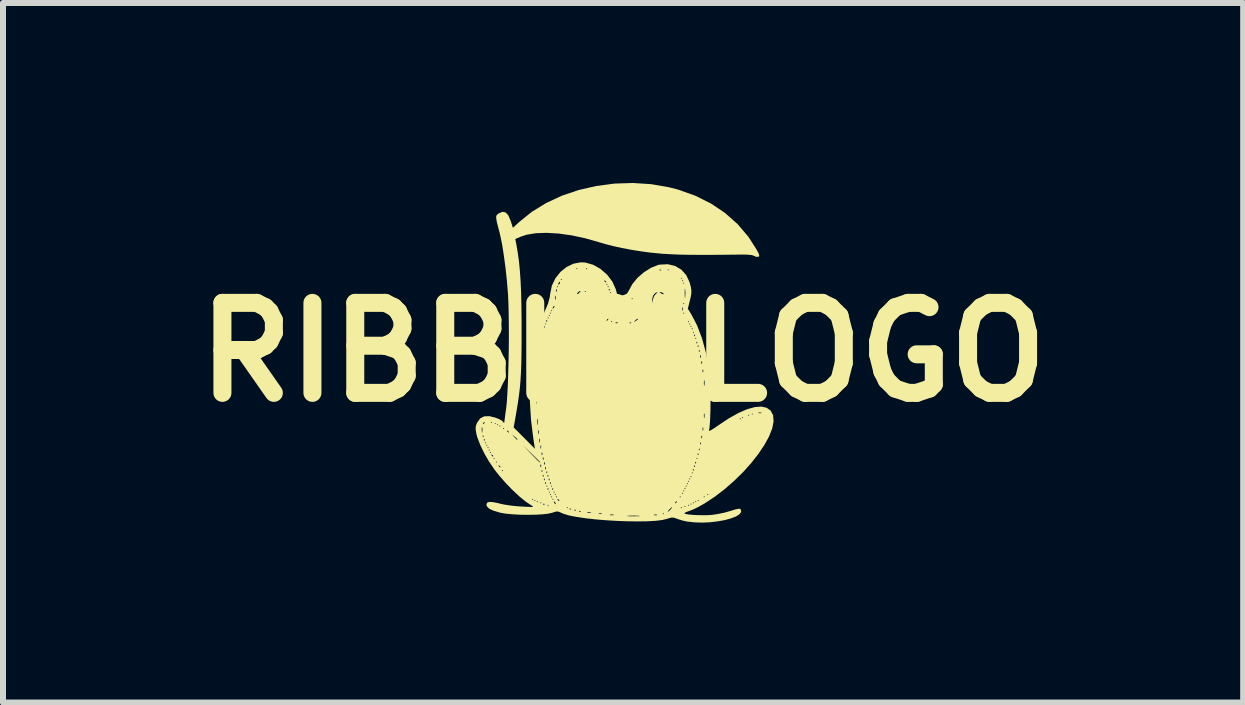
<source format=kicad_pcb>
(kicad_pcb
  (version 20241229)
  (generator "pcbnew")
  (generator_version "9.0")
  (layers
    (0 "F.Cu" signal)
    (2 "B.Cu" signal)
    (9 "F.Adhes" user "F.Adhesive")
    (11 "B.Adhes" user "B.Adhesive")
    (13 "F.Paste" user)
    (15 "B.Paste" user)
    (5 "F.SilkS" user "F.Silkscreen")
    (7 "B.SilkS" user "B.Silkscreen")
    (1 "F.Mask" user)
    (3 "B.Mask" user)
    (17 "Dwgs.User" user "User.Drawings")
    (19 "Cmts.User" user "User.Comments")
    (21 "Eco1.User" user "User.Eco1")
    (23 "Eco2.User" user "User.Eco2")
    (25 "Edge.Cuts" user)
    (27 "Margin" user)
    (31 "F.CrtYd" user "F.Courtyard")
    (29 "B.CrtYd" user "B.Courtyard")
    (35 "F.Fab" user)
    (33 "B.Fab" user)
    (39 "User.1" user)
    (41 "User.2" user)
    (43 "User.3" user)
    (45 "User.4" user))
  (footprint "RIBBIT_LOGO"
    (layer "F.Cu")
    (at 7.336 2.82)
    (property "Reference" "RIBBIT_LOGO" (at 0 0 0) (layer "F.SilkS") (effects (font (size 1.5 1.5) (thickness 0.3))))
    (attr board_only exclude_from_pos_files exclude_from_bom)
    (fp_poly (pts (xy 0.469 -2.8) (xy 0.769 -2.748) (xy 0.916 -2.71) (xy 1.203 -2.608) (xy 1.466 -2.477) (xy 1.702 -2.318) (xy 1.911 -2.132) (xy 2.091 -1.92) (xy 2.221 -1.716) (xy 2.255 -1.654) (xy 2.269 -1.617) (xy 2.266 -1.597) (xy 2.253 -1.589) (xy 2.213 -1.59) (xy 2.19 -1.603) (xy 2.147 -1.618) (xy 2.066 -1.626) (xy 1.995 -1.627) (xy 1.722 -1.624) (xy 1.485 -1.622) (xy 1.279 -1.622) (xy 1.099 -1.623) (xy 0.941 -1.626) (xy 0.8 -1.632) (xy 0.672 -1.639) (xy 0.552 -1.65) (xy 0.435 -1.662) (xy 0.318 -1.678) (xy 0.194 -1.697) (xy 0.108 -1.712) (xy -0.019 -1.736) (xy -0.156 -1.766) (xy -0.286 -1.799) (xy -0.392 -1.83) (xy -0.626 -1.897) (xy -0.854 -1.946) (xy -1.071 -1.977) (xy -1.274 -1.989) (xy -1.455 -1.983) (xy -1.611 -1.957) (xy -1.712 -1.923) (xy -1.797 -1.886) (xy -1.78 -1.799) (xy -1.756 -1.66) (xy -1.736 -1.516) (xy -1.721 -1.36) (xy -1.709 -1.188) (xy -1.7 -0.995) (xy -1.695 -0.775) (xy -1.692 -0.522) (xy -1.692 -0.39) (xy -1.692 -0.161) (xy -1.694 0.035) (xy -1.697 0.203) (xy -1.703 0.35) (xy -1.711 0.483) (xy -1.722 0.607) (xy -1.737 0.728) (xy -1.755 0.855) (xy -1.778 0.991) (xy -1.783 1.023) (xy -1.824 1.255) (xy -1.646 1.433) (xy -1.469 1.611) (xy -1.474 1.581) (xy -1.378 1.581) (xy -1.375 1.61) (xy -1.368 1.606) (xy -1.365 1.565) (xy -1.368 1.556) (xy -1.375 1.554) (xy -1.378 1.581) (xy -1.474 1.581) (xy -1.484 1.521) (xy 1.281 1.521) (xy 1.288 1.538) (xy 1.294 1.535) (xy 1.297 1.511) (xy 1.294 1.508) (xy 1.282 1.511) (xy 1.281 1.521) (xy -1.484 1.521) (xy -1.492 1.471) (xy -1.397 1.471) (xy -1.395 1.505) (xy -1.389 1.508) (xy -1.388 1.507) (xy -1.384 1.467) (xy -1.387 1.447) (xy -1.394 1.438) (xy -1.397 1.465) (xy -1.397 1.471) (xy -1.492 1.471) (xy -1.494 1.454) (xy -1.5 1.409) (xy 1.303 1.409) (xy 1.306 1.435) (xy 1.313 1.436) (xy 1.318 1.409) (xy 1.315 1.397) (xy 1.306 1.39) (xy 1.303 1.409) (xy -1.5 1.409) (xy -1.51 1.331) (xy -1.417 1.331) (xy -1.415 1.365) (xy -1.409 1.368) (xy -1.408 1.366) (xy -1.404 1.327) (xy -1.407 1.306) (xy -1.414 1.298) (xy -1.417 1.325) (xy -1.417 1.331) (xy -1.51 1.331) (xy -1.516 1.281) (xy 1.324 1.281) (xy 1.327 1.309) (xy 1.334 1.306) (xy 1.337 1.265) (xy 1.334 1.256) (xy 1.327 1.253) (xy 1.324 1.281) (xy -1.516 1.281) (xy -1.531 1.161) (xy -1.436 1.161) (xy -1.434 1.204) (xy -1.43 1.216) (xy -1.427 1.206) (xy -1.424 1.148) (xy -1.427 1.116) (xy -1.432 1.106) (xy -1.435 1.132) (xy -1.436 1.161) (xy -1.531 1.161) (xy -1.534 1.137) (xy -1.539 1.061) (xy 1.346 1.061) (xy 1.348 1.097) (xy 1.353 1.102) (xy 1.355 1.096) (xy 1.358 1.045) (xy 1.355 1.026) (xy 1.349 1.02) (xy 1.346 1.047) (xy 1.346 1.061) (xy -1.539 1.061) (xy -1.554 0.819) (xy -1.553 0.661) (xy -1.453 0.661) (xy -1.453 0.76) (xy -1.452 0.83) (xy -1.45 0.87) (xy -1.449 0.874) (xy -1.447 0.842) (xy -1.446 0.836) (xy -1.444 0.725) (xy -1.444 0.6) (xy -1.446 0.51) (xy 1.346 0.51) (xy 1.348 0.552) (xy 1.352 0.562) (xy 1.355 0.556) (xy 1.359 0.508) (xy 1.355 0.476) (xy 1.35 0.465) (xy 1.347 0.489) (xy 1.346 0.51) (xy -1.446 0.51) (xy -1.446 0.489) (xy -1.446 0.485) (xy -1.448 0.449) (xy -1.45 0.449) (xy -1.452 0.484) (xy -1.453 0.551) (xy -1.453 0.647) (xy -1.453 0.661) (xy -1.553 0.661) (xy -1.552 0.506) (xy -1.538 0.309) (xy 1.323 0.309) (xy 1.326 0.335) (xy 1.333 0.335) (xy 1.338 0.308) (xy 1.335 0.296) (xy 1.326 0.289) (xy 1.323 0.309) (xy -1.538 0.309) (xy -1.531 0.205) (xy -1.529 0.19) (xy -1.436 0.19) (xy -1.434 0.231) (xy -1.43 0.242) (xy -1.427 0.235) (xy -1.424 0.187) (xy -1.426 0.168) (xy 1.303 0.168) (xy 1.306 0.194) (xy 1.313 0.195) (xy 1.318 0.168) (xy 1.315 0.156) (xy 1.306 0.149) (xy 1.303 0.168) (xy -1.426 0.168) (xy -1.427 0.155) (xy -1.432 0.144) (xy -1.436 0.168) (xy -1.436 0.19) (xy -1.529 0.19) (xy -1.511 0.068) (xy 1.283 0.068) (xy 1.286 0.094) (xy 1.293 0.095) (xy 1.298 0.068) (xy 1.295 0.056) (xy 1.286 0.049) (xy 1.283 0.068) (xy -1.511 0.068) (xy -1.506 0.03) (xy -1.417 0.03) (xy -1.415 0.064) (xy -1.409 0.067) (xy -1.408 0.065) (xy -1.404 0.026) (xy -1.407 0.005) (xy -1.414 -0.003) (xy -1.417 0.024) (xy -1.417 0.03) (xy -1.506 0.03) (xy -1.498 -0.02) (xy 1.261 -0.02) (xy 1.268 -0.004) (xy 1.274 -0.007) (xy 1.277 -0.03) (xy 1.274 -0.033) (xy 1.262 -0.031) (xy 1.261 -0.02) (xy -1.498 -0.02) (xy -1.49 -0.08) (xy -1.487 -0.092) (xy -1.4 -0.092) (xy -1.396 -0.066) (xy -1.389 -0.065) (xy -1.384 -0.092) (xy -1.386 -0.1) (xy 1.241 -0.1) (xy 1.248 -0.084) (xy 1.254 -0.087) (xy 1.257 -0.11) (xy 1.254 -0.113) (xy 1.242 -0.111) (xy 1.241 -0.1) (xy -1.386 -0.1) (xy -1.387 -0.104) (xy -1.396 -0.111) (xy -1.4 -0.092) (xy -1.487 -0.092) (xy -1.472 -0.16) (xy 1.221 -0.16) (xy 1.228 -0.144) (xy 1.234 -0.147) (xy 1.237 -0.171) (xy 1.234 -0.173) (xy 1.222 -0.171) (xy 1.221 -0.16) (xy -1.472 -0.16) (xy -1.464 -0.192) (xy -1.38 -0.192) (xy -1.376 -0.166) (xy -1.369 -0.166) (xy -1.364 -0.192) (xy -1.367 -0.204) (xy -1.376 -0.211) (xy -1.38 -0.192) (xy -1.464 -0.192) (xy -1.456 -0.23) (xy 1.201 -0.23) (xy 1.211 -0.22) (xy 1.221 -0.23) (xy 1.211 -0.24) (xy 1.201 -0.23) (xy -1.456 -0.23) (xy -1.446 -0.272) (xy -1.359 -0.272) (xy -1.356 -0.246) (xy -1.349 -0.246) (xy -1.344 -0.272) (xy -1.346 -0.28) (xy 1.181 -0.28) (xy 1.188 -0.264) (xy 1.194 -0.267) (xy 1.197 -0.291) (xy 1.194 -0.294) (xy 1.182 -0.291) (xy 1.181 -0.28) (xy -1.346 -0.28) (xy -1.347 -0.284) (xy -1.356 -0.292) (xy -1.359 -0.272) (xy -1.446 -0.272) (xy -1.43 -0.343) (xy -1.427 -0.352) (xy -1.339 -0.352) (xy -1.336 -0.326) (xy -1.329 -0.326) (xy -1.328 -0.33) (xy 1.161 -0.33) (xy 1.171 -0.32) (xy 1.181 -0.33) (xy 1.171 -0.34) (xy 1.161 -0.33) (xy -1.328 -0.33) (xy -1.324 -0.352) (xy -1.327 -0.364) (xy -1.336 -0.372) (xy -1.339 -0.352) (xy -1.427 -0.352) (xy -1.414 -0.39) (xy 1.141 -0.39) (xy 1.151 -0.38) (xy 1.161 -0.39) (xy 1.151 -0.4) (xy 1.141 -0.39) (xy -1.414 -0.39) (xy -1.404 -0.42) (xy -1.321 -0.42) (xy -1.314 -0.404) (xy -1.308 -0.407) (xy -1.305 -0.43) (xy 1.121 -0.43) (xy 1.131 -0.42) (xy 1.141 -0.43) (xy 1.131 -0.44) (xy 1.121 -0.43) (xy -1.305 -0.43) (xy -1.305 -0.431) (xy -1.308 -0.434) (xy -1.32 -0.431) (xy -1.321 -0.42) (xy -1.404 -0.42) (xy -1.387 -0.47) (xy -1.301 -0.47) (xy -1.291 -0.46) (xy -1.281 -0.47) (xy 1.101 -0.47) (xy 1.111 -0.46) (xy 1.121 -0.47) (xy 1.111 -0.48) (xy 1.101 -0.47) (xy -1.281 -0.47) (xy -1.291 -0.48) (xy -1.301 -0.47) (xy -1.387 -0.47) (xy -1.382 -0.485) (xy -0.131 -0.485) (xy -0.112 -0.482) (xy -0.086 -0.486) (xy -0.085 -0.492) (xy -0.092 -0.494) (xy 0.107 -0.494) (xy 0.109 -0.482) (xy 0.12 -0.48) (xy 0.137 -0.488) (xy 0.133 -0.494) (xy 0.11 -0.496) (xy 0.107 -0.494) (xy -0.092 -0.494) (xy -0.112 -0.497) (xy -0.124 -0.494) (xy -0.131 -0.485) (xy -1.382 -0.485) (xy -1.371 -0.52) (xy -1.281 -0.52) (xy -1.274 -0.504) (xy -1.268 -0.507) (xy -1.267 -0.51) (xy -0.2 -0.51) (xy -0.19 -0.5) (xy -0.183 -0.507) (xy 0.182 -0.507) (xy 0.19 -0.508) (xy 0.194 -0.51) (xy 1.081 -0.51) (xy 1.091 -0.5) (xy 1.101 -0.51) (xy 1.091 -0.52) (xy 1.081 -0.51) (xy 0.194 -0.51) (xy 0.214 -0.522) (xy 0.244 -0.545) (xy 0.249 -0.558) (xy 0.23 -0.553) (xy 0.205 -0.532) (xy 0.182 -0.507) (xy -0.183 -0.507) (xy -0.18 -0.51) (xy -0.19 -0.52) (xy -0.2 -0.51) (xy -1.267 -0.51) (xy -1.266 -0.522) (xy -0.275 -0.522) (xy -0.273 -0.52) (xy -0.254 -0.535) (xy -0.25 -0.54) (xy -0.245 -0.559) (xy -0.248 -0.56) (xy -0.266 -0.546) (xy -0.27 -0.54) (xy -0.275 -0.522) (xy -1.266 -0.522) (xy -1.265 -0.531) (xy -1.268 -0.534) (xy -1.28 -0.531) (xy -1.281 -0.52) (xy -1.371 -0.52) (xy -1.354 -0.57) (xy -1.261 -0.57) (xy -1.251 -0.56) (xy -1.241 -0.57) (xy -1.251 -0.58) (xy -1.261 -0.57) (xy -1.354 -0.57) (xy -1.351 -0.578) (xy -1.337 -0.61) (xy -1.241 -0.61) (xy -1.231 -0.6) (xy -1.221 -0.61) (xy -1.231 -0.62) (xy -1.241 -0.61) (xy -1.337 -0.61) (xy -1.32 -0.651) (xy -1.221 -0.651) (xy -1.211 -0.641) (xy -1.201 -0.651) (xy 1.001 -0.651) (xy 1.011 -0.641) (xy 1.021 -0.651) (xy 1.011 -0.661) (xy 1.001 -0.651) (xy -1.201 -0.651) (xy -1.211 -0.661) (xy -1.221 -0.651) (xy -1.32 -0.651) (xy -1.302 -0.691) (xy -1.201 -0.691) (xy -1.191 -0.681) (xy -1.181 -0.691) (xy -1.191 -0.701) (xy -1.201 -0.691) (xy -1.302 -0.691) (xy -1.289 -0.721) (xy 0.984 -0.721) (xy 0.987 -0.692) (xy 0.994 -0.696) (xy 0.997 -0.737) (xy 0.994 -0.746) (xy 0.987 -0.748) (xy 0.984 -0.721) (xy -1.289 -0.721) (xy -1.288 -0.723) (xy -1.176 -0.723) (xy -1.161 -0.733) (xy -1.158 -0.735) (xy -1.143 -0.761) (xy -1.145 -0.771) (xy -1.16 -0.765) (xy -1.17 -0.746) (xy -1.176 -0.723) (xy -1.288 -0.723) (xy -1.251 -0.81) (xy -1.246 -0.831) (xy -0.781 -0.831) (xy -0.771 -0.821) (xy -0.761 -0.831) (xy -0.58 -0.831) (xy -0.57 -0.821) (xy -0.56 -0.831) (xy -0.57 -0.841) (xy -0.58 -0.831) (xy -0.761 -0.831) (xy -0.771 -0.841) (xy -0.781 -0.831) (xy -1.246 -0.831) (xy -1.224 -0.911) (xy -1.137 -0.911) (xy -1.135 -0.877) (xy -1.129 -0.874) (xy -1.128 -0.875) (xy -1.126 -0.891) (xy -0.799 -0.891) (xy -0.795 -0.874) (xy -0.791 -0.881) (xy -0.56 -0.881) (xy -0.553 -0.864) (xy -0.547 -0.867) (xy -0.545 -0.891) (xy -0.547 -0.894) (xy -0.559 -0.891) (xy -0.56 -0.881) (xy -0.791 -0.881) (xy -0.785 -0.894) (xy -0.779 -0.911) (xy -0.761 -0.951) (xy -0.58 -0.951) (xy -0.57 -0.941) (xy -0.56 -0.951) (xy -0.562 -0.953) (xy -0.195 -0.953) (xy -0.193 -0.932) (xy -0.178 -0.897) (xy -0.159 -0.868) (xy -0.15 -0.861) (xy -0.15 -0.873) (xy 0.484 -0.873) (xy 0.487 -0.811) (xy 1.001 -0.811) (xy 1.011 -0.801) (xy 1.021 -0.811) (xy 1.011 -0.821) (xy 1.001 -0.811) (xy 0.487 -0.811) (xy 0.495 -0.875) (xy 0.515 -0.933) (xy 0.546 -0.971) (xy 0.572 -0.992) (xy 0.572 -0.996) (xy 0.605 -0.996) (xy 0.621 -0.985) (xy 0.63 -0.981) (xy 0.668 -0.965) (xy 0.678 -0.966) (xy 0.671 -0.981) (xy 1.027 -0.981) (xy 1.028 -0.926) (xy 1.031 -0.901) (xy 1.035 -0.912) (xy 1.035 -0.916) (xy 1.039 -0.986) (xy 1.035 -1.046) (xy 1.031 -1.061) (xy 1.028 -1.04) (xy 1.027 -0.989) (xy 1.027 -0.981) (xy 0.671 -0.981) (xy 0.642 -0.998) (xy 0.624 -0.999) (xy 0.605 -0.996) (xy 0.572 -0.996) (xy 0.571 -1.001) (xy 0.532 -0.983) (xy 0.499 -0.94) (xy 0.484 -0.885) (xy 0.484 -0.873) (xy -0.15 -0.873) (xy -0.151 -0.876) (xy -0.156 -0.891) (xy 0.14 -0.891) (xy 0.15 -0.881) (xy 0.16 -0.891) (xy 0.15 -0.901) (xy 0.14 -0.891) (xy -0.156 -0.891) (xy -0.164 -0.911) (xy -0.183 -0.944) (xy -0.195 -0.953) (xy -0.562 -0.953) (xy -0.57 -0.961) (xy -0.58 -0.951) (xy -0.761 -0.951) (xy -0.756 -0.962) (xy -0.731 -0.991) (xy -0.22 -0.991) (xy -0.21 -0.981) (xy -0.2 -0.991) (xy -0.21 -1.001) (xy -0.22 -0.991) (xy -0.731 -0.991) (xy -0.727 -0.996) (xy -0.713 -1.011) (xy -0.641 -1.011) (xy -0.63 -1.001) (xy -0.62 -1.011) (xy -0.63 -1.021) (xy -0.641 -1.011) (xy -0.713 -1.011) (xy -0.709 -1.015) (xy -0.716 -1.021) (xy -0.746 -1.004) (xy -0.776 -0.964) (xy -0.796 -0.916) (xy -0.799 -0.891) (xy -1.126 -0.891) (xy -1.124 -0.915) (xy -1.127 -0.935) (xy -1.133 -0.944) (xy -1.137 -0.917) (xy -1.137 -0.911) (xy -1.224 -0.911) (xy -1.223 -0.914) (xy -1.215 -0.976) (xy -1.203 -1.032) (xy -1.119 -1.032) (xy -1.116 -1.007) (xy -1.109 -1.006) (xy -1.104 -1.033) (xy -1.106 -1.041) (xy -0.24 -1.041) (xy -0.233 -1.024) (xy -0.227 -1.027) (xy -0.224 -1.051) (xy -0.227 -1.054) (xy -0.239 -1.051) (xy -0.24 -1.041) (xy -1.106 -1.041) (xy -1.107 -1.045) (xy -1.116 -1.052) (xy -1.119 -1.032) (xy -1.203 -1.032) (xy -1.191 -1.091) (xy -1.101 -1.091) (xy -1.091 -1.081) (xy -1.081 -1.091) (xy -0.26 -1.091) (xy -0.25 -1.081) (xy -0.24 -1.091) (xy -0.25 -1.101) (xy -0.26 -1.091) (xy -1.081 -1.091) (xy -1.091 -1.101) (xy -1.101 -1.091) (xy -1.191 -1.091) (xy -1.187 -1.11) (xy -1.173 -1.14) (xy -1.081 -1.14) (xy -1.074 -1.122) (xy -1.066 -1.131) (xy -0.28 -1.131) (xy -0.27 -1.121) (xy -0.26 -1.131) (xy -0.27 -1.141) (xy -0.28 -1.131) (xy -1.066 -1.131) (xy -1.06 -1.137) (xy -1.053 -1.152) (xy -1.052 -1.173) (xy -1.061 -1.171) (xy -1.08 -1.145) (xy -1.081 -1.14) (xy -1.173 -1.14) (xy -1.146 -1.195) (xy -0.317 -1.195) (xy -0.312 -1.184) (xy -0.292 -1.163) (xy -0.28 -1.167) (xy -0.28 -1.17) (xy -0.294 -1.187) (xy -0.303 -1.193) (xy -0.317 -1.195) (xy -1.146 -1.195) (xy -1.138 -1.211) (xy -1.041 -1.211) (xy -1.031 -1.201) (xy -1.021 -1.211) (xy -1.031 -1.221) (xy -1.041 -1.211) (xy -1.138 -1.211) (xy -1.128 -1.232) (xy -1.045 -1.337) (xy -0.978 -1.391) (xy -0.781 -1.391) (xy -0.771 -1.381) (xy -0.761 -1.391) (xy -0.62 -1.391) (xy -0.61 -1.381) (xy -0.6 -1.391) (xy -0.61 -1.401) (xy -0.62 -1.391) (xy -0.761 -1.391) (xy -0.771 -1.401) (xy -0.781 -1.391) (xy -0.978 -1.391) (xy -0.943 -1.419) (xy -0.827 -1.475) (xy -0.704 -1.498) (xy -0.63 -1.494) (xy -0.499 -1.457) (xy -0.376 -1.387) (xy -0.266 -1.291) (xy -0.179 -1.176) (xy -0.122 -1.049) (xy -0.111 -1.006) (xy -0.098 -0.964) (xy -0.075 -0.945) (xy -0.031 -0.945) (xy 0.014 -0.953) (xy 0.065 -0.976) (xy 0.096 -1.028) (xy 0.154 -1.135) (xy 0.167 -1.151) (xy 1.001 -1.151) (xy 1.011 -1.141) (xy 1.021 -1.151) (xy 1.011 -1.161) (xy 1.001 -1.151) (xy 0.167 -1.151) (xy 0.2 -1.191) (xy 0.981 -1.191) (xy 0.991 -1.181) (xy 1.001 -1.191) (xy 0.991 -1.201) (xy 0.981 -1.191) (xy 0.2 -1.191) (xy 0.233 -1.231) (xy 0.961 -1.231) (xy 0.971 -1.221) (xy 0.981 -1.231) (xy 0.971 -1.241) (xy 0.961 -1.231) (xy 0.233 -1.231) (xy 0.241 -1.24) (xy 0.348 -1.333) (xy 0.414 -1.374) (xy 0.607 -1.374) (xy 0.61 -1.363) (xy 0.62 -1.361) (xy 0.637 -1.368) (xy 0.636 -1.371) (xy 0.741 -1.371) (xy 0.751 -1.361) (xy 0.761 -1.371) (xy 0.751 -1.381) (xy 0.741 -1.371) (xy 0.636 -1.371) (xy 0.634 -1.374) (xy 0.61 -1.377) (xy 0.607 -1.374) (xy 0.414 -1.374) (xy 0.466 -1.407) (xy 0.585 -1.454) (xy 0.611 -1.459) (xy 0.744 -1.466) (xy 0.865 -1.438) (xy 0.97 -1.376) (xy 1.052 -1.285) (xy 1.107 -1.168) (xy 1.109 -1.162) (xy 1.129 -1.087) (xy 1.138 -1.028) (xy 1.136 -0.97) (xy 1.122 -0.898) (xy 1.11 -0.849) (xy 1.079 -0.725) (xy 1.14 -0.625) (xy 1.234 -0.444) (xy 1.315 -0.231) (xy 1.38 0.007) (xy 1.427 0.265) (xy 1.442 0.379) (xy 1.449 0.467) (xy 1.454 0.577) (xy 1.457 0.7) (xy 1.457 0.829) (xy 1.456 0.957) (xy 1.452 1.076) (xy 1.447 1.178) (xy 1.44 1.257) (xy 1.432 1.304) (xy 1.431 1.307) (xy 1.439 1.312) (xy 1.474 1.295) (xy 1.533 1.258) (xy 1.584 1.222) (xy 1.75 1.111) (xy 1.942 1.111) (xy 1.952 1.121) (xy 1.962 1.111) (xy 1.952 1.101) (xy 1.942 1.111) (xy 1.75 1.111) (xy 1.759 1.105) (xy 1.784 1.091) (xy 1.982 1.091) (xy 1.992 1.101) (xy 2.002 1.091) (xy 1.992 1.081) (xy 1.982 1.091) (xy 1.784 1.091) (xy 1.856 1.051) (xy 2.082 1.051) (xy 2.092 1.061) (xy 2.102 1.051) (xy 2.092 1.041) (xy 2.082 1.051) (xy 1.856 1.051) (xy 1.892 1.031) (xy 2.142 1.031) (xy 2.152 1.041) (xy 2.162 1.031) (xy 2.152 1.021) (xy 2.142 1.031) (xy 1.892 1.031) (xy 1.92 1.015) (xy 2.254 1.015) (xy 2.282 1.018) (xy 2.31 1.014) (xy 2.307 1.008) (xy 2.266 1.005) (xy 2.257 1.008) (xy 2.254 1.015) (xy 1.92 1.015) (xy 1.92 1.015) (xy 2.067 0.951) (xy 2.196 0.915) (xy 2.306 0.907) (xy 2.394 0.927) (xy 2.46 0.975) (xy 2.5 1.052) (xy 2.501 1.057) (xy 2.508 1.156) (xy 2.485 1.273) (xy 2.433 1.404) (xy 2.356 1.545) (xy 2.257 1.693) (xy 2.138 1.845) (xy 2.003 1.996) (xy 1.853 2.143) (xy 1.693 2.283) (xy 1.525 2.412) (xy 1.351 2.526) (xy 1.331 2.537) (xy 1.252 2.581) (xy 1.173 2.619) (xy 1.111 2.644) (xy 1.106 2.646) (xy 1.055 2.664) (xy 1.024 2.68) (xy 1.021 2.685) (xy 1.039 2.696) (xy 1.089 2.705) (xy 1.161 2.712) (xy 1.247 2.716) (xy 1.338 2.718) (xy 1.425 2.716) (xy 1.476 2.713) (xy 1.577 2.698) (xy 1.689 2.675) (xy 1.788 2.647) (xy 1.868 2.622) (xy 1.919 2.611) (xy 1.948 2.611) (xy 1.962 2.623) (xy 1.968 2.663) (xy 1.939 2.702) (xy 1.881 2.739) (xy 1.797 2.771) (xy 1.695 2.799) (xy 1.577 2.82) (xy 1.451 2.835) (xy 1.32 2.841) (xy 1.19 2.837) (xy 1.065 2.823) (xy 1.061 2.822) (xy 0.985 2.805) (xy 0.911 2.782) (xy 0.897 2.776) (xy 0.847 2.759) (xy 0.805 2.757) (xy 0.752 2.772) (xy 0.737 2.777) (xy 0.656 2.797) (xy 0.543 2.811) (xy 0.403 2.819) (xy 0.242 2.821) (xy 0.069 2.819) (xy -0.112 2.812) (xy -0.294 2.801) (xy -0.471 2.786) (xy -0.636 2.767) (xy -0.782 2.745) (xy -0.855 2.731) (xy 0.062 2.731) (xy 0.075 2.733) (xy 0.121 2.735) (xy 0.17 2.735) (xy 0.238 2.734) (xy 0.277 2.733) (xy 0.282 2.73) (xy 0.266 2.728) (xy 0.19 2.724) (xy 0.107 2.726) (xy 0.086 2.727) (xy 0.062 2.731) (xy -0.855 2.731) (xy -0.904 2.721) (xy -0.924 2.715) (xy -0.223 2.715) (xy -0.196 2.718) (xy -0.19 2.718) (xy -0.158 2.716) (xy 0.513 2.716) (xy 0.54 2.719) (xy 0.569 2.716) (xy 0.565 2.709) (xy 0.524 2.706) (xy 0.515 2.709) (xy 0.513 2.716) (xy -0.158 2.716) (xy -0.156 2.716) (xy -0.153 2.71) (xy -0.155 2.709) (xy -0.194 2.705) (xy -0.215 2.708) (xy -0.223 2.715) (xy -0.924 2.715) (xy -0.986 2.696) (xy -0.408 2.696) (xy -0.38 2.699) (xy -0.352 2.696) (xy -0.354 2.692) (xy 0.661 2.692) (xy 0.671 2.702) (xy 0.681 2.692) (xy 0.671 2.682) (xy 0.661 2.692) (xy -0.354 2.692) (xy -0.355 2.689) (xy -0.396 2.686) (xy -0.405 2.689) (xy -0.408 2.696) (xy -0.986 2.696) (xy -0.995 2.693) (xy -1.022 2.681) (xy -1.037 2.675) (xy -0.603 2.675) (xy -0.577 2.678) (xy -0.57 2.678) (xy -0.536 2.676) (xy -0.533 2.67) (xy -0.535 2.669) (xy -0.575 2.665) (xy -0.595 2.668) (xy -0.603 2.675) (xy -1.037 2.675) (xy -1.07 2.66) (xy -1.107 2.655) (xy -1.153 2.667) (xy -1.183 2.677) (xy -1.248 2.692) (xy -1.344 2.703) (xy -1.461 2.709) (xy -1.59 2.711) (xy -1.723 2.709) (xy -1.849 2.702) (xy -1.961 2.691) (xy -2.047 2.676) (xy -2.138 2.649) (xy -0.734 2.649) (xy -0.731 2.661) (xy -0.721 2.662) (xy 0.744 2.662) (xy 0.764 2.649) (xy 0.791 2.622) (xy 0.814 2.593) (xy 0.814 2.592) (xy 0.961 2.592) (xy 0.971 2.602) (xy 0.981 2.592) (xy 0.971 2.582) (xy 0.961 2.592) (xy 0.814 2.592) (xy 0.817 2.582) (xy 0.798 2.595) (xy 0.771 2.622) (xy 0.747 2.651) (xy 0.744 2.662) (xy -0.721 2.662) (xy -0.704 2.655) (xy -0.707 2.649) (xy -0.731 2.646) (xy -0.734 2.649) (xy -2.138 2.649) (xy -2.16 2.643) (xy -2.189 2.629) (xy -0.814 2.629) (xy -0.811 2.641) (xy -0.801 2.642) (xy -0.784 2.635) (xy -0.787 2.629) (xy -0.811 2.626) (xy -0.814 2.629) (xy -2.189 2.629) (xy -2.231 2.609) (xy -0.894 2.609) (xy -0.891 2.621) (xy -0.881 2.622) (xy -0.864 2.615) (xy -0.867 2.609) (xy -0.891 2.606) (xy -0.894 2.609) (xy -2.231 2.609) (xy -2.234 2.607) (xy -2.249 2.592) (xy -0.941 2.592) (xy -0.931 2.602) (xy -0.921 2.592) (xy -0.931 2.582) (xy -0.941 2.592) (xy -2.249 2.592) (xy -2.272 2.568) (xy -2.278 2.534) (xy -2.264 2.507) (xy -2.23 2.496) (xy -2.171 2.499) (xy -2.081 2.517) (xy -2.032 2.53) (xy -1.959 2.544) (xy -1.862 2.558) (xy -1.755 2.569) (xy -1.691 2.573) (xy -1.596 2.578) (xy -1.536 2.58) (xy -1.506 2.578) (xy -1.501 2.572) (xy -1.501 2.572) (xy 1.021 2.572) (xy 1.031 2.582) (xy 1.041 2.572) (xy 1.031 2.562) (xy 1.021 2.572) (xy -1.501 2.572) (xy -1.516 2.561) (xy -1.53 2.553) (xy -1.531 2.552) (xy -1.261 2.552) (xy -1.251 2.562) (xy -1.241 2.552) (xy 1.081 2.552) (xy 1.091 2.562) (xy 1.101 2.552) (xy 1.091 2.542) (xy 1.081 2.552) (xy -1.241 2.552) (xy -1.251 2.542) (xy -1.261 2.552) (xy -1.531 2.552) (xy -1.567 2.529) (xy -1.334 2.529) (xy -1.332 2.541) (xy -1.321 2.542) (xy -1.305 2.535) (xy -1.308 2.529) (xy -1.331 2.526) (xy -1.334 2.529) (xy -1.567 2.529) (xy -1.592 2.512) (xy -1.381 2.512) (xy -1.371 2.522) (xy -1.361 2.512) (xy -1.371 2.502) (xy -1.381 2.512) (xy -1.592 2.512) (xy -1.621 2.493) (xy -1.622 2.492) (xy -1.441 2.492) (xy -1.431 2.502) (xy -1.421 2.492) (xy -1.429 2.484) (xy -1.155 2.484) (xy -1.151 2.504) (xy -1.15 2.508) (xy -1.134 2.532) (xy -1.125 2.533) (xy -1.125 2.532) (xy 1.121 2.532) (xy 1.131 2.542) (xy 1.141 2.532) (xy 1.131 2.522) (xy 1.121 2.532) (xy -1.125 2.532) (xy -1.126 2.521) (xy 0.866 2.521) (xy 0.868 2.522) (xy 0.881 2.512) (xy 1.161 2.512) (xy 1.171 2.522) (xy 1.181 2.512) (xy 1.171 2.502) (xy 1.161 2.512) (xy 0.881 2.512) (xy 0.887 2.508) (xy 0.891 2.502) (xy 0.893 2.492) (xy 1.201 2.492) (xy 1.211 2.502) (xy 1.221 2.492) (xy 1.211 2.482) (xy 1.201 2.492) (xy 0.893 2.492) (xy 0.896 2.483) (xy 0.893 2.482) (xy 0.875 2.496) (xy 0.871 2.502) (xy 0.866 2.521) (xy -1.126 2.521) (xy -1.127 2.511) (xy -1.138 2.497) (xy -1.155 2.484) (xy -1.429 2.484) (xy -1.431 2.482) (xy -1.441 2.492) (xy -1.622 2.492) (xy -1.646 2.472) (xy -1.481 2.472) (xy -1.471 2.482) (xy -1.461 2.472) (xy -1.471 2.462) (xy -1.481 2.472) (xy -1.646 2.472) (xy -1.671 2.452) (xy -1.521 2.452) (xy -1.511 2.462) (xy -1.501 2.452) (xy -1.181 2.452) (xy -1.171 2.462) (xy -1.161 2.452) (xy -1.165 2.448) (xy -1.098 2.448) (xy -1.093 2.459) (xy -1.073 2.48) (xy -1.061 2.476) (xy -1.061 2.473) (xy -1.062 2.472) (xy 1.241 2.472) (xy 1.251 2.482) (xy 1.261 2.472) (xy 1.251 2.462) (xy 1.241 2.472) (xy -1.062 2.472) (xy -1.075 2.456) (xy -1.084 2.45) (xy -1.098 2.448) (xy -1.165 2.448) (xy -1.171 2.442) (xy -1.181 2.452) (xy -1.501 2.452) (xy -1.511 2.442) (xy -1.521 2.452) (xy -1.671 2.452) (xy -1.72 2.412) (xy -1.201 2.412) (xy -1.191 2.422) (xy -1.181 2.412) (xy -1.121 2.412) (xy -1.111 2.422) (xy -1.101 2.412) (xy 0.941 2.412) (xy 0.951 2.422) (xy 0.961 2.412) (xy 1.341 2.412) (xy 1.351 2.422) (xy 1.361 2.412) (xy 1.351 2.402) (xy 1.341 2.412) (xy 0.961 2.412) (xy 0.951 2.402) (xy 0.941 2.412) (xy -1.101 2.412) (xy -1.111 2.402) (xy -1.121 2.412) (xy -1.181 2.412) (xy -1.191 2.402) (xy -1.201 2.412) (xy -1.72 2.412) (xy -1.727 2.406) (xy -1.764 2.372) (xy -1.221 2.372) (xy -1.211 2.382) (xy -1.201 2.372) (xy -1.141 2.372) (xy -1.131 2.382) (xy -1.121 2.372) (xy 1.401 2.372) (xy 1.411 2.382) (xy 1.421 2.372) (xy 1.411 2.362) (xy 1.401 2.372) (xy -1.121 2.372) (xy -1.131 2.362) (xy -1.141 2.372) (xy -1.201 2.372) (xy -1.211 2.362) (xy -1.221 2.372) (xy -1.764 2.372) (xy -1.785 2.352) (xy 0.981 2.352) (xy 0.991 2.362) (xy 1.001 2.352) (xy 0.991 2.342) (xy 0.981 2.352) (xy -1.785 2.352) (xy -1.807 2.332) (xy -1.241 2.332) (xy -1.231 2.342) (xy -1.221 2.332) (xy -1.161 2.332) (xy -1.151 2.342) (xy -1.141 2.332) (xy -1.151 2.322) (xy -1.161 2.332) (xy -1.221 2.332) (xy -1.231 2.322) (xy -1.241 2.332) (xy -1.807 2.332) (xy -1.828 2.312) (xy 1.001 2.312) (xy 1.011 2.322) (xy 1.021 2.312) (xy 1.011 2.302) (xy 1.001 2.312) (xy -1.828 2.312) (xy -1.841 2.3) (xy -1.859 2.282) (xy -1.261 2.282) (xy -1.254 2.298) (xy -1.248 2.295) (xy -1.246 2.282) (xy -1.181 2.282) (xy -1.174 2.298) (xy -1.168 2.295) (xy -1.165 2.272) (xy 1.021 2.272) (xy 1.031 2.282) (xy 1.041 2.272) (xy 1.031 2.262) (xy 1.021 2.272) (xy -1.165 2.272) (xy -1.165 2.271) (xy -1.168 2.268) (xy -1.179 2.271) (xy -1.181 2.282) (xy -1.246 2.282) (xy -1.245 2.271) (xy -1.248 2.268) (xy -1.26 2.271) (xy -1.261 2.282) (xy -1.859 2.282) (xy -1.907 2.232) (xy -1.281 2.232) (xy -1.271 2.242) (xy -1.261 2.232) (xy -1.201 2.232) (xy -1.191 2.242) (xy -1.181 2.232) (xy 1.041 2.232) (xy 1.051 2.242) (xy 1.061 2.232) (xy 1.051 2.222) (xy 1.041 2.232) (xy -1.181 2.232) (xy -1.191 2.222) (xy -1.201 2.232) (xy -1.261 2.232) (xy -1.271 2.222) (xy -1.281 2.232) (xy -1.907 2.232) (xy -1.956 2.182) (xy -1.301 2.182) (xy -1.294 2.198) (xy -1.288 2.195) (xy -1.286 2.182) (xy -1.221 2.182) (xy -1.214 2.198) (xy -1.208 2.195) (xy -1.207 2.192) (xy 1.061 2.192) (xy 1.071 2.202) (xy 1.081 2.192) (xy 1.071 2.182) (xy 1.061 2.192) (xy -1.207 2.192) (xy -1.205 2.171) (xy -1.208 2.168) (xy -1.22 2.171) (xy -1.221 2.182) (xy -1.286 2.182) (xy -1.285 2.171) (xy -1.288 2.168) (xy -1.3 2.171) (xy -1.301 2.182) (xy -1.956 2.182) (xy -1.956 2.181) (xy -1.982 2.152) (xy 1.081 2.152) (xy 1.091 2.162) (xy 1.101 2.152) (xy 1.091 2.142) (xy 1.081 2.152) (xy -1.982 2.152) (xy -2.008 2.122) (xy -1.321 2.122) (xy -1.314 2.138) (xy -1.308 2.135) (xy -1.306 2.122) (xy -1.241 2.122) (xy -1.234 2.138) (xy -1.228 2.135) (xy -1.225 2.112) (xy 1.101 2.112) (xy 1.111 2.122) (xy 1.121 2.112) (xy 1.111 2.102) (xy 1.101 2.112) (xy -1.225 2.112) (xy -1.225 2.111) (xy -1.228 2.108) (xy -1.24 2.111) (xy -1.241 2.122) (xy -1.306 2.122) (xy -1.305 2.111) (xy -1.308 2.108) (xy -1.32 2.111) (xy -1.321 2.122) (xy -2.008 2.122) (xy -2.061 2.062) (xy -1.341 2.062) (xy -1.334 2.078) (xy -1.328 2.075) (xy -1.326 2.062) (xy -1.261 2.062) (xy -1.254 2.078) (xy -1.248 2.075) (xy -1.247 2.072) (xy 1.121 2.072) (xy 1.131 2.082) (xy 1.141 2.072) (xy 1.131 2.062) (xy 1.121 2.072) (xy -1.247 2.072) (xy -1.245 2.051) (xy -1.248 2.048) (xy -1.26 2.051) (xy -1.261 2.062) (xy -1.326 2.062) (xy -1.325 2.051) (xy -1.328 2.048) (xy -1.34 2.051) (xy -1.341 2.062) (xy -2.061 2.062) (xy -2.065 2.057) (xy -2.109 2.002) (xy -1.281 2.002) (xy -1.274 2.018) (xy -1.268 2.015) (xy -1.267 2.012) (xy 1.141 2.012) (xy 1.151 2.022) (xy 1.161 2.012) (xy 1.151 2.002) (xy 1.141 2.012) (xy -1.267 2.012) (xy -1.265 1.991) (xy -1.268 1.988) (xy -1.28 1.991) (xy -1.281 2.002) (xy -2.109 2.002) (xy -2.132 1.972) (xy -2.022 1.972) (xy -2.012 1.982) (xy -1.361 1.982) (xy -1.354 1.998) (xy -1.348 1.995) (xy -1.345 1.971) (xy -1.348 1.968) (xy -1.36 1.971) (xy -1.361 1.982) (xy -2.012 1.982) (xy -2.002 1.972) (xy -2.012 1.962) (xy 1.161 1.962) (xy 1.168 1.978) (xy 1.174 1.975) (xy 1.177 1.951) (xy 1.174 1.948) (xy 1.162 1.951) (xy 1.161 1.962) (xy -2.012 1.962) (xy -2.022 1.972) (xy -2.132 1.972) (xy -2.145 1.955) (xy -2.162 1.93) (xy -1.299 1.93) (xy -1.296 1.956) (xy -1.289 1.956) (xy -1.284 1.929) (xy -1.287 1.918) (xy -1.296 1.91) (xy -1.299 1.93) (xy -2.162 1.93) (xy -2.191 1.887) (xy -2.078 1.887) (xy -2.074 1.898) (xy -2.053 1.92) (xy -2.042 1.915) (xy -2.042 1.913) (xy -2.056 1.896) (xy -2.064 1.89) (xy -1.38 1.89) (xy -1.376 1.916) (xy -1.369 1.916) (xy -1.366 1.901) (xy 1.181 1.901) (xy 1.188 1.918) (xy 1.194 1.915) (xy 1.197 1.891) (xy 1.194 1.888) (xy 1.182 1.891) (xy 1.181 1.901) (xy -1.366 1.901) (xy -1.364 1.889) (xy -1.367 1.878) (xy -1.376 1.87) (xy -1.38 1.89) (xy -2.064 1.89) (xy -2.065 1.89) (xy -2.078 1.887) (xy -2.191 1.887) (xy -2.217 1.85) (xy -1.319 1.85) (xy -1.316 1.876) (xy -1.309 1.876) (xy -1.304 1.849) (xy -1.306 1.841) (xy 1.201 1.841) (xy 1.208 1.858) (xy 1.214 1.855) (xy 1.217 1.831) (xy 1.214 1.828) (xy 1.202 1.831) (xy 1.201 1.841) (xy -1.306 1.841) (xy -1.307 1.838) (xy -1.316 1.83) (xy -1.319 1.85) (xy -2.217 1.85) (xy -2.229 1.831) (xy -2.122 1.831) (xy -2.112 1.841) (xy -2.102 1.831) (xy -2.112 1.821) (xy -2.122 1.831) (xy -2.229 1.831) (xy -2.234 1.825) (xy -2.265 1.771) (xy -2.162 1.771) (xy -2.152 1.781) (xy -2.142 1.771) (xy -2.152 1.761) (xy -2.162 1.771) (xy -2.265 1.771) (xy -2.302 1.707) (xy -2.199 1.707) (xy -2.194 1.718) (xy -2.173 1.74) (xy -2.162 1.735) (xy -2.162 1.733) (xy -2.176 1.716) (xy -2.185 1.709) (xy -2.199 1.707) (xy -2.302 1.707) (xy -2.314 1.686) (xy -2.321 1.671) (xy -2.222 1.671) (xy -2.212 1.681) (xy -2.202 1.671) (xy -2.212 1.661) (xy -2.222 1.671) (xy -2.321 1.671) (xy -2.341 1.631) (xy -2.242 1.631) (xy -2.232 1.641) (xy -2.222 1.631) (xy -2.232 1.621) (xy -2.242 1.631) (xy -2.341 1.631) (xy -2.36 1.591) (xy -2.262 1.591) (xy -2.252 1.601) (xy -2.242 1.591) (xy -2.252 1.581) (xy -2.262 1.591) (xy -2.36 1.591) (xy -2.38 1.551) (xy -2.282 1.551) (xy -2.272 1.561) (xy -2.262 1.551) (xy -1.671 1.551) (xy -1.532 1.696) (xy -1.465 1.765) (xy -1.421 1.81) (xy -1.395 1.833) (xy -1.384 1.84) (xy -1.381 1.836) (xy -1.395 1.821) (xy -1.431 1.784) (xy -1.445 1.77) (xy -1.339 1.77) (xy -1.336 1.796) (xy -1.329 1.796) (xy -1.325 1.771) (xy 1.221 1.771) (xy 1.231 1.781) (xy 1.241 1.771) (xy 1.231 1.761) (xy 1.221 1.771) (xy -1.325 1.771) (xy -1.324 1.769) (xy -1.327 1.758) (xy -1.336 1.75) (xy -1.339 1.77) (xy -1.445 1.77) (xy -1.484 1.732) (xy -1.526 1.691) (xy -1.527 1.69) (xy -1.359 1.69) (xy -1.356 1.716) (xy -1.349 1.716) (xy -1.346 1.701) (xy 1.241 1.701) (xy 1.248 1.718) (xy 1.254 1.715) (xy 1.257 1.691) (xy 1.254 1.688) (xy 1.242 1.691) (xy 1.241 1.701) (xy -1.346 1.701) (xy -1.344 1.689) (xy -1.347 1.678) (xy -1.356 1.67) (xy -1.359 1.69) (xy -1.527 1.69) (xy -1.598 1.621) (xy 1.261 1.621) (xy 1.268 1.638) (xy 1.274 1.635) (xy 1.277 1.611) (xy 1.274 1.608) (xy 1.262 1.611) (xy 1.261 1.621) (xy -1.598 1.621) (xy -1.671 1.551) (xy -2.262 1.551) (xy -2.272 1.541) (xy -2.282 1.551) (xy -2.38 1.551) (xy -2.38 1.55) (xy -2.395 1.511) (xy -2.302 1.511) (xy -2.292 1.521) (xy -2.282 1.511) (xy -2.292 1.501) (xy -2.302 1.511) (xy -2.395 1.511) (xy -2.414 1.461) (xy -2.322 1.461) (xy -2.315 1.478) (xy -2.308 1.474) (xy -2.306 1.451) (xy -2.308 1.448) (xy -2.32 1.451) (xy -2.322 1.461) (xy -2.414 1.461) (xy -2.428 1.426) (xy -2.435 1.401) (xy -2.342 1.401) (xy -2.335 1.418) (xy -2.329 1.414) (xy -2.326 1.391) (xy -2.329 1.388) (xy -2.34 1.391) (xy -2.342 1.401) (xy -2.435 1.401) (xy -2.443 1.371) (xy -1.851 1.371) (xy -1.813 1.416) (xy -1.778 1.454) (xy -1.762 1.459) (xy -1.761 1.454) (xy -1.775 1.438) (xy -1.806 1.409) (xy -1.851 1.371) (xy -2.443 1.371) (xy -2.446 1.36) (xy -2.457 1.291) (xy -2.357 1.291) (xy -2.355 1.332) (xy -2.351 1.343) (xy -2.348 1.336) (xy -2.346 1.307) (xy -1.938 1.307) (xy -1.933 1.318) (xy -1.913 1.339) (xy -1.902 1.335) (xy -1.901 1.332) (xy -1.916 1.315) (xy -1.925 1.309) (xy -1.938 1.307) (xy -2.346 1.307) (xy -2.344 1.288) (xy -2.346 1.271) (xy -2.002 1.271) (xy -1.992 1.281) (xy -1.982 1.271) (xy -1.992 1.261) (xy -2.002 1.271) (xy -2.346 1.271) (xy -2.348 1.256) (xy -2.353 1.245) (xy -2.356 1.269) (xy -2.357 1.291) (xy -2.457 1.291) (xy -2.458 1.29) (xy -2.457 1.241) (xy -2.454 1.231) (xy -2.062 1.231) (xy -2.052 1.241) (xy -2.042 1.231) (xy -2.052 1.221) (xy -2.062 1.231) (xy -2.454 1.231) (xy -2.447 1.211) (xy -2.102 1.211) (xy -2.092 1.221) (xy -2.082 1.211) (xy -2.092 1.201) (xy -2.102 1.211) (xy -2.447 1.211) (xy -2.444 1.2) (xy -2.337 1.2) (xy -2.334 1.201) (xy -2.321 1.191) (xy -2.142 1.191) (xy -2.132 1.201) (xy -2.122 1.191) (xy -2.132 1.181) (xy -2.142 1.191) (xy -2.321 1.191) (xy -2.316 1.187) (xy -2.312 1.181) (xy -2.309 1.171) (xy -2.202 1.171) (xy -2.192 1.181) (xy -2.182 1.171) (xy -2.192 1.161) (xy -2.202 1.171) (xy -2.309 1.171) (xy -2.307 1.162) (xy -2.309 1.161) (xy -2.328 1.175) (xy -2.332 1.181) (xy -2.337 1.2) (xy -2.444 1.2) (xy -2.442 1.195) (xy -2.43 1.17) (xy -2.381 1.103) (xy -2.314 1.069) (xy -2.226 1.067) (xy -2.13 1.091) (xy -2.066 1.116) (xy -2.019 1.143) (xy -2.001 1.16) (xy -1.986 1.181) (xy -1.982 1.181) (xy -1.979 1.158) (xy -1.972 1.104) (xy -1.962 1.027) (xy -1.95 0.941) (xy -1.939 0.839) (xy -1.93 0.704) (xy -1.921 0.542) (xy -1.915 0.359) (xy -1.91 0.163) (xy -1.906 -0.041) (xy -1.904 -0.246) (xy -1.905 -0.444) (xy -1.907 -0.631) (xy -1.911 -0.798) (xy -1.917 -0.94) (xy -1.92 -0.986) (xy -1.938 -1.201) (xy -1.961 -1.412) (xy -1.988 -1.612) (xy -2.016 -1.791) (xy -2.047 -1.943) (xy -2.064 -2.013) (xy -2.092 -2.118) (xy -2.109 -2.191) (xy -2.116 -2.24) (xy -2.114 -2.271) (xy -2.101 -2.291) (xy -2.079 -2.309) (xy -2.072 -2.313) (xy -2.01 -2.34) (xy -1.957 -2.329) (xy -1.913 -2.28) (xy -1.876 -2.193) (xy -1.875 -2.192) (xy -1.837 -2.072) (xy -1.734 -2.168) (xy -1.522 -2.339) (xy -1.283 -2.486) (xy -1.02 -2.608) (xy -0.74 -2.703) (xy -0.446 -2.77) (xy -0.143 -2.81) (xy 0.163 -2.82)) (stroke (width 0) (type solid)) (fill yes) (layer "F.SilkS")))
  (gr_rect
    (start -3 -3)
    (end 17.671 8.66)
    (stroke (width 0.1) (type default))
    (fill no)
    (layer "Edge.Cuts")))
</source>
